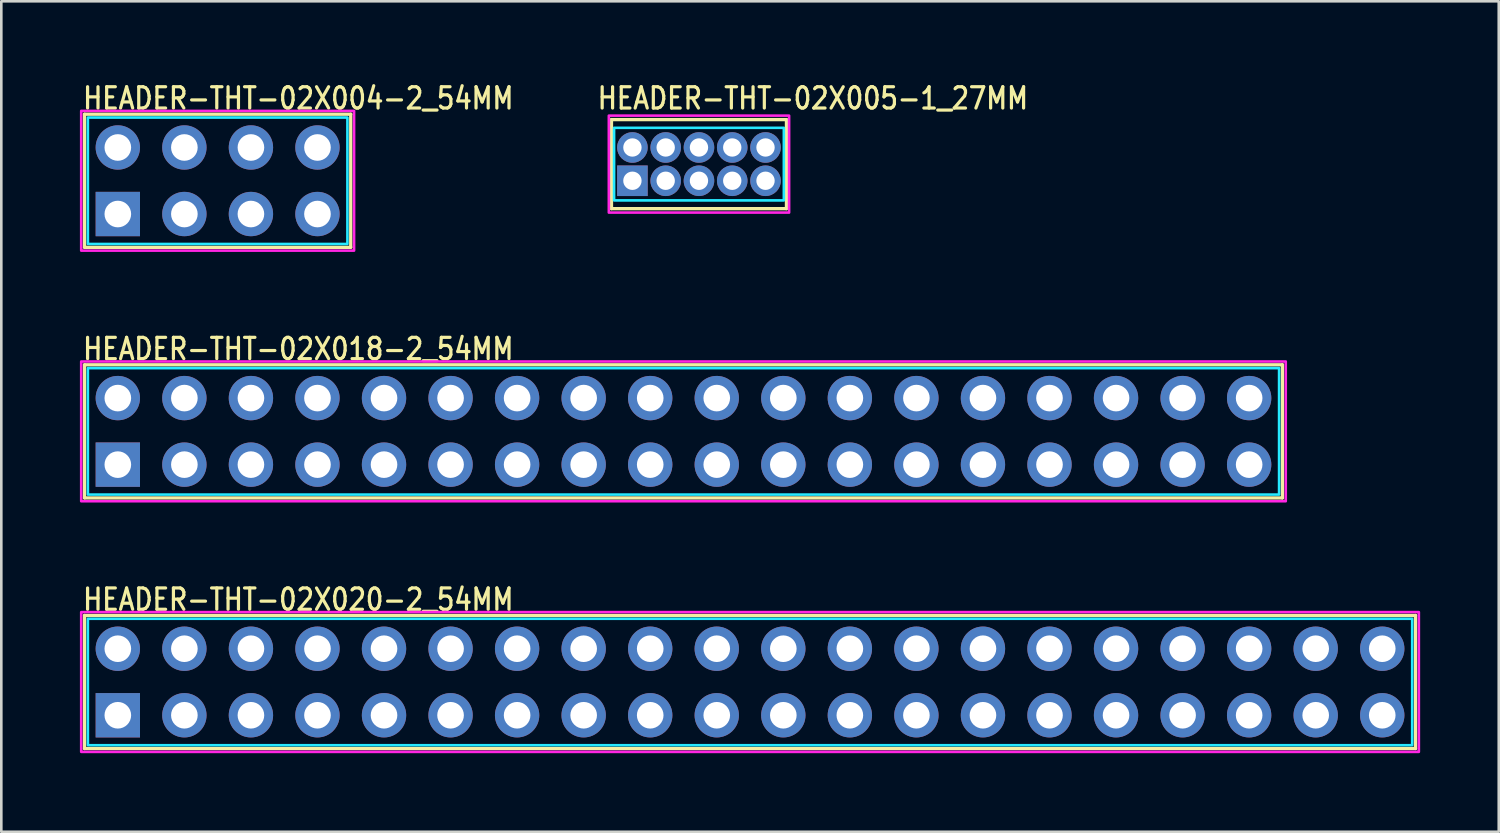
<source format=kicad_pcb>
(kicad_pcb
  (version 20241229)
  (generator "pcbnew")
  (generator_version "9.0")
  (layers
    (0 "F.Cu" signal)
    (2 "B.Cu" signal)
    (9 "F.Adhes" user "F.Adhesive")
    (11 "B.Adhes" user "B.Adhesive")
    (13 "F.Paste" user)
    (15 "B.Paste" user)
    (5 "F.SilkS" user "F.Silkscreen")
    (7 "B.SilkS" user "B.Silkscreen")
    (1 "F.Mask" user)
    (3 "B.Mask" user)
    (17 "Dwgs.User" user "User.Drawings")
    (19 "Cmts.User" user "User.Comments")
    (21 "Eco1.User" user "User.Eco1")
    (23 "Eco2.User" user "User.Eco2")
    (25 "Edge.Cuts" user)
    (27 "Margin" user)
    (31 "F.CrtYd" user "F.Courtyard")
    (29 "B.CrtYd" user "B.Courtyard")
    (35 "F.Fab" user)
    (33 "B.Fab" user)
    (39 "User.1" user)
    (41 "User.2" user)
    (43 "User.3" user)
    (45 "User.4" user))
  (footprint "HEADER-THT-02X005-1_27MM"
    (layer "F.Cu")
    (at 21.088 3.849)
    (property "Reference" "HEADER-THT-02X005-1_27MM" (at -1.4 -2.67 0) (unlocked yes) (layer "F.SilkS") (effects (font (size 0.813 0.695) (thickness 0.122)) (justify left bottom)))
    (fp_line (start -0.8 -2.335) (end -0.8 1.065) (stroke (width 0.127) (type solid)) (layer "F.SilkS"))
    (fp_line (start -0.8 1.065) (end 5.88 1.065) (stroke (width 0.127) (type solid)) (layer "F.SilkS"))
    (fp_line (start 5.88 -2.335) (end -0.8 -2.335) (stroke (width 0.127) (type solid)) (layer "F.SilkS"))
    (fp_line (start 5.88 1.065) (end 5.88 -2.335) (stroke (width 0.127) (type solid)) (layer "F.SilkS"))
    (fp_poly (pts (xy -0.7 -2.02) (xy 5.78 -2.02) (xy 5.78 0.75) (xy -0.7 0.75)) (stroke (width 0.1) (type solid)) (fill no) (layer "B.CrtYd"))
    (fp_poly (pts (xy -0.9 -2.485) (xy 5.98 -2.485) (xy 5.98 1.215) (xy -0.9 1.215)) (stroke (width 0.1) (type solid)) (fill no) (layer "F.CrtYd"))
    (pad "P$1" thru_hole rect (at 0 0) (size 1.167 1.167) (drill 0.7) (layers "*.Cu" "*.Mask"))
    (pad "P$2" thru_hole oval (at 0 -1.27) (size 1.167 1.167) (drill 0.7) (layers "*.Cu" "*.Mask"))
    (pad "P$3" thru_hole oval (at 1.27 0) (size 1.167 1.167) (drill 0.7) (layers "*.Cu" "*.Mask"))
    (pad "P$4" thru_hole oval (at 1.27 -1.27) (size 1.167 1.167) (drill 0.7) (layers "*.Cu" "*.Mask"))
    (pad "P$5" thru_hole oval (at 2.54 0) (size 1.167 1.167) (drill 0.7) (layers "*.Cu" "*.Mask"))
    (pad "P$6" thru_hole oval (at 2.54 -1.27) (size 1.167 1.167) (drill 0.7) (layers "*.Cu" "*.Mask"))
    (pad "P$7" thru_hole oval (at 3.81 0) (size 1.167 1.167) (drill 0.7) (layers "*.Cu" "*.Mask"))
    (pad "P$8" thru_hole oval (at 3.81 -1.27) (size 1.167 1.167) (drill 0.7) (layers "*.Cu" "*.Mask"))
    (pad "P$9" thru_hole oval (at 5.08 0) (size 1.167 1.167) (drill 0.7) (layers "*.Cu" "*.Mask"))
    (pad "P$10" thru_hole oval (at 5.08 -1.27) (size 1.167 1.167) (drill 0.7) (layers "*.Cu" "*.Mask")))
  (footprint "HEADER-THT-02X004-2_54MM"
    (layer "F.Cu")
    (at 1.447 5.119)
    (property "Reference" "HEADER-THT-02X004-2_54MM" (at -1.4 -3.94 0) (unlocked yes) (layer "F.SilkS") (effects (font (size 0.813 0.695) (thickness 0.122)) (justify left bottom)))
    (fp_line (start -1.27 -3.81) (end -1.27 1.27) (stroke (width 0.127) (type solid)) (layer "F.SilkS"))
    (fp_line (start -1.27 1.27) (end 8.89 1.27) (stroke (width 0.127) (type solid)) (layer "F.SilkS"))
    (fp_line (start 8.89 -3.81) (end -1.27 -3.81) (stroke (width 0.127) (type solid)) (layer "F.SilkS"))
    (fp_line (start 8.89 1.27) (end 8.89 -3.81) (stroke (width 0.127) (type solid)) (layer "F.SilkS"))
    (fp_poly (pts (xy -1.143 -3.683) (xy 8.763 -3.683) (xy 8.763 1.143) (xy -1.143 1.143)) (stroke (width 0.1) (type solid)) (fill no) (layer "B.CrtYd"))
    (fp_poly (pts (xy -1.397 -3.937) (xy 9.017 -3.937) (xy 9.017 1.397) (xy -1.397 1.397)) (stroke (width 0.1) (type solid)) (fill no) (layer "F.CrtYd"))
    (pad "P$1" thru_hole rect (at 0 0) (size 1.693 1.693) (drill 1.016) (layers "*.Cu" "*.Mask"))
    (pad "P$2" thru_hole oval (at 0 -2.54) (size 1.693 1.693) (drill 1.016) (layers "*.Cu" "*.Mask"))
    (pad "P$3" thru_hole oval (at 2.54 0) (size 1.693 1.693) (drill 1.016) (layers "*.Cu" "*.Mask"))
    (pad "P$4" thru_hole oval (at 2.54 -2.54) (size 1.693 1.693) (drill 1.016) (layers "*.Cu" "*.Mask"))
    (pad "P$5" thru_hole oval (at 5.08 0) (size 1.693 1.693) (drill 1.016) (layers "*.Cu" "*.Mask"))
    (pad "P$6" thru_hole oval (at 5.08 -2.54) (size 1.693 1.693) (drill 1.016) (layers "*.Cu" "*.Mask"))
    (pad "P$7" thru_hole oval (at 7.62 0) (size 1.693 1.693) (drill 1.016) (layers "*.Cu" "*.Mask"))
    (pad "P$8" thru_hole oval (at 7.62 -2.54) (size 1.693 1.693) (drill 1.016) (layers "*.Cu" "*.Mask")))
  (footprint "HEADER-THT-02X018-2_54MM"
    (layer "F.Cu")
    (at 1.447 14.684)
    (property "Reference" "HEADER-THT-02X018-2_54MM" (at -1.4 -3.94 0) (unlocked yes) (layer "F.SilkS") (effects (font (size 0.813 0.695) (thickness 0.122)) (justify left bottom)))
    (fp_line (start -1.27 -3.81) (end -1.27 1.27) (stroke (width 0.127) (type solid)) (layer "F.SilkS"))
    (fp_line (start -1.27 1.27) (end 44.45 1.27) (stroke (width 0.127) (type solid)) (layer "F.SilkS"))
    (fp_line (start 44.45 -3.81) (end -1.27 -3.81) (stroke (width 0.127) (type solid)) (layer "F.SilkS"))
    (fp_line (start 44.45 1.27) (end 44.45 -3.81) (stroke (width 0.127) (type solid)) (layer "F.SilkS"))
    (fp_poly (pts (xy -1.143 -3.683) (xy 44.323 -3.683) (xy 44.323 1.143) (xy -1.143 1.143)) (stroke (width 0.1) (type solid)) (fill no) (layer "B.CrtYd"))
    (fp_poly (pts (xy -1.397 -3.937) (xy 44.577 -3.937) (xy 44.577 1.397) (xy -1.397 1.397)) (stroke (width 0.1) (type solid)) (fill no) (layer "F.CrtYd"))
    (pad "P$1" thru_hole rect (at 0 0) (size 1.693 1.693) (drill 1.016) (layers "*.Cu" "*.Mask"))
    (pad "P$2" thru_hole oval (at 0 -2.54) (size 1.693 1.693) (drill 1.016) (layers "*.Cu" "*.Mask"))
    (pad "P$3" thru_hole oval (at 2.54 0) (size 1.693 1.693) (drill 1.016) (layers "*.Cu" "*.Mask"))
    (pad "P$4" thru_hole oval (at 2.54 -2.54) (size 1.693 1.693) (drill 1.016) (layers "*.Cu" "*.Mask"))
    (pad "P$5" thru_hole oval (at 5.08 0) (size 1.693 1.693) (drill 1.016) (layers "*.Cu" "*.Mask"))
    (pad "P$6" thru_hole oval (at 5.08 -2.54) (size 1.693 1.693) (drill 1.016) (layers "*.Cu" "*.Mask"))
    (pad "P$7" thru_hole oval (at 7.62 0) (size 1.693 1.693) (drill 1.016) (layers "*.Cu" "*.Mask"))
    (pad "P$8" thru_hole oval (at 7.62 -2.54) (size 1.693 1.693) (drill 1.016) (layers "*.Cu" "*.Mask"))
    (pad "P$9" thru_hole oval (at 10.16 0) (size 1.693 1.693) (drill 1.016) (layers "*.Cu" "*.Mask"))
    (pad "P$10" thru_hole oval (at 10.16 -2.54) (size 1.693 1.693) (drill 1.016) (layers "*.Cu" "*.Mask"))
    (pad "P$11" thru_hole oval (at 12.7 0) (size 1.693 1.693) (drill 1.016) (layers "*.Cu" "*.Mask"))
    (pad "P$12" thru_hole oval (at 12.7 -2.54) (size 1.693 1.693) (drill 1.016) (layers "*.Cu" "*.Mask"))
    (pad "P$13" thru_hole oval (at 15.24 0) (size 1.693 1.693) (drill 1.016) (layers "*.Cu" "*.Mask"))
    (pad "P$14" thru_hole oval (at 15.24 -2.54) (size 1.693 1.693) (drill 1.016) (layers "*.Cu" "*.Mask"))
    (pad "P$15" thru_hole oval (at 17.78 0) (size 1.693 1.693) (drill 1.016) (layers "*.Cu" "*.Mask"))
    (pad "P$16" thru_hole oval (at 17.78 -2.54) (size 1.693 1.693) (drill 1.016) (layers "*.Cu" "*.Mask"))
    (pad "P$17" thru_hole oval (at 20.32 0) (size 1.693 1.693) (drill 1.016) (layers "*.Cu" "*.Mask"))
    (pad "P$18" thru_hole oval (at 20.32 -2.54) (size 1.693 1.693) (drill 1.016) (layers "*.Cu" "*.Mask"))
    (pad "P$19" thru_hole oval (at 22.86 0) (size 1.693 1.693) (drill 1.016) (layers "*.Cu" "*.Mask"))
    (pad "P$20" thru_hole oval (at 22.86 -2.54) (size 1.693 1.693) (drill 1.016) (layers "*.Cu" "*.Mask"))
    (pad "P$21" thru_hole oval (at 25.4 0) (size 1.693 1.693) (drill 1.016) (layers "*.Cu" "*.Mask"))
    (pad "P$22" thru_hole oval (at 25.4 -2.54) (size 1.693 1.693) (drill 1.016) (layers "*.Cu" "*.Mask"))
    (pad "P$23" thru_hole oval (at 27.94 0) (size 1.693 1.693) (drill 1.016) (layers "*.Cu" "*.Mask"))
    (pad "P$24" thru_hole oval (at 27.94 -2.54) (size 1.693 1.693) (drill 1.016) (layers "*.Cu" "*.Mask"))
    (pad "P$25" thru_hole oval (at 30.48 0) (size 1.693 1.693) (drill 1.016) (layers "*.Cu" "*.Mask"))
    (pad "P$26" thru_hole oval (at 30.48 -2.54) (size 1.693 1.693) (drill 1.016) (layers "*.Cu" "*.Mask"))
    (pad "P$27" thru_hole oval (at 33.02 0) (size 1.693 1.693) (drill 1.016) (layers "*.Cu" "*.Mask"))
    (pad "P$28" thru_hole oval (at 33.02 -2.54) (size 1.693 1.693) (drill 1.016) (layers "*.Cu" "*.Mask"))
    (pad "P$29" thru_hole oval (at 35.56 0) (size 1.693 1.693) (drill 1.016) (layers "*.Cu" "*.Mask"))
    (pad "P$30" thru_hole oval (at 35.56 -2.54) (size 1.693 1.693) (drill 1.016) (layers "*.Cu" "*.Mask"))
    (pad "P$31" thru_hole oval (at 38.1 0) (size 1.693 1.693) (drill 1.016) (layers "*.Cu" "*.Mask"))
    (pad "P$32" thru_hole oval (at 38.1 -2.54) (size 1.693 1.693) (drill 1.016) (layers "*.Cu" "*.Mask"))
    (pad "P$33" thru_hole oval (at 40.64 0) (size 1.693 1.693) (drill 1.016) (layers "*.Cu" "*.Mask"))
    (pad "P$34" thru_hole oval (at 40.64 -2.54) (size 1.693 1.693) (drill 1.016) (layers "*.Cu" "*.Mask"))
    (pad "P$35" thru_hole oval (at 43.18 0) (size 1.693 1.693) (drill 1.016) (layers "*.Cu" "*.Mask"))
    (pad "P$36" thru_hole oval (at 43.18 -2.54) (size 1.693 1.693) (drill 1.016) (layers "*.Cu" "*.Mask")))
  (footprint "HEADER-THT-02X020-2_54MM"
    (layer "F.Cu")
    (at 1.447 24.25)
    (property "Reference" "HEADER-THT-02X020-2_54MM" (at -1.4 -3.94 0) (unlocked yes) (layer "F.SilkS") (effects (font (size 0.813 0.695) (thickness 0.122)) (justify left bottom)))
    (fp_line (start -1.27 -3.81) (end -1.27 1.27) (stroke (width 0.127) (type solid)) (layer "F.SilkS"))
    (fp_line (start -1.27 1.27) (end 49.53 1.27) (stroke (width 0.127) (type solid)) (layer "F.SilkS"))
    (fp_line (start 49.53 -3.81) (end -1.27 -3.81) (stroke (width 0.127) (type solid)) (layer "F.SilkS"))
    (fp_line (start 49.53 1.27) (end 49.53 -3.81) (stroke (width 0.127) (type solid)) (layer "F.SilkS"))
    (fp_poly (pts (xy -1.143 -3.683) (xy 49.403 -3.683) (xy 49.403 1.143) (xy -1.143 1.143)) (stroke (width 0.1) (type solid)) (fill no) (layer "B.CrtYd"))
    (fp_poly (pts (xy -1.397 -3.937) (xy 49.657 -3.937) (xy 49.657 1.397) (xy -1.397 1.397)) (stroke (width 0.1) (type solid)) (fill no) (layer "F.CrtYd"))
    (pad "P$1" thru_hole rect (at 0 0) (size 1.693 1.693) (drill 1.016) (layers "*.Cu" "*.Mask"))
    (pad "P$2" thru_hole oval (at 0 -2.54) (size 1.693 1.693) (drill 1.016) (layers "*.Cu" "*.Mask"))
    (pad "P$3" thru_hole oval (at 2.54 0) (size 1.693 1.693) (drill 1.016) (layers "*.Cu" "*.Mask"))
    (pad "P$4" thru_hole oval (at 2.54 -2.54) (size 1.693 1.693) (drill 1.016) (layers "*.Cu" "*.Mask"))
    (pad "P$5" thru_hole oval (at 5.08 0) (size 1.693 1.693) (drill 1.016) (layers "*.Cu" "*.Mask"))
    (pad "P$6" thru_hole oval (at 5.08 -2.54) (size 1.693 1.693) (drill 1.016) (layers "*.Cu" "*.Mask"))
    (pad "P$7" thru_hole oval (at 7.62 0) (size 1.693 1.693) (drill 1.016) (layers "*.Cu" "*.Mask"))
    (pad "P$8" thru_hole oval (at 7.62 -2.54) (size 1.693 1.693) (drill 1.016) (layers "*.Cu" "*.Mask"))
    (pad "P$9" thru_hole oval (at 10.16 0) (size 1.693 1.693) (drill 1.016) (layers "*.Cu" "*.Mask"))
    (pad "P$10" thru_hole oval (at 10.16 -2.54) (size 1.693 1.693) (drill 1.016) (layers "*.Cu" "*.Mask"))
    (pad "P$11" thru_hole oval (at 12.7 0) (size 1.693 1.693) (drill 1.016) (layers "*.Cu" "*.Mask"))
    (pad "P$12" thru_hole oval (at 12.7 -2.54) (size 1.693 1.693) (drill 1.016) (layers "*.Cu" "*.Mask"))
    (pad "P$13" thru_hole oval (at 15.24 0) (size 1.693 1.693) (drill 1.016) (layers "*.Cu" "*.Mask"))
    (pad "P$14" thru_hole oval (at 15.24 -2.54) (size 1.693 1.693) (drill 1.016) (layers "*.Cu" "*.Mask"))
    (pad "P$15" thru_hole oval (at 17.78 0) (size 1.693 1.693) (drill 1.016) (layers "*.Cu" "*.Mask"))
    (pad "P$16" thru_hole oval (at 17.78 -2.54) (size 1.693 1.693) (drill 1.016) (layers "*.Cu" "*.Mask"))
    (pad "P$17" thru_hole oval (at 20.32 0) (size 1.693 1.693) (drill 1.016) (layers "*.Cu" "*.Mask"))
    (pad "P$18" thru_hole oval (at 20.32 -2.54) (size 1.693 1.693) (drill 1.016) (layers "*.Cu" "*.Mask"))
    (pad "P$19" thru_hole oval (at 22.86 0) (size 1.693 1.693) (drill 1.016) (layers "*.Cu" "*.Mask"))
    (pad "P$20" thru_hole oval (at 22.86 -2.54) (size 1.693 1.693) (drill 1.016) (layers "*.Cu" "*.Mask"))
    (pad "P$21" thru_hole oval (at 25.4 0) (size 1.693 1.693) (drill 1.016) (layers "*.Cu" "*.Mask"))
    (pad "P$22" thru_hole oval (at 25.4 -2.54) (size 1.693 1.693) (drill 1.016) (layers "*.Cu" "*.Mask"))
    (pad "P$23" thru_hole oval (at 27.94 0) (size 1.693 1.693) (drill 1.016) (layers "*.Cu" "*.Mask"))
    (pad "P$24" thru_hole oval (at 27.94 -2.54) (size 1.693 1.693) (drill 1.016) (layers "*.Cu" "*.Mask"))
    (pad "P$25" thru_hole oval (at 30.48 0) (size 1.693 1.693) (drill 1.016) (layers "*.Cu" "*.Mask"))
    (pad "P$26" thru_hole oval (at 30.48 -2.54) (size 1.693 1.693) (drill 1.016) (layers "*.Cu" "*.Mask"))
    (pad "P$27" thru_hole oval (at 33.02 0) (size 1.693 1.693) (drill 1.016) (layers "*.Cu" "*.Mask"))
    (pad "P$28" thru_hole oval (at 33.02 -2.54) (size 1.693 1.693) (drill 1.016) (layers "*.Cu" "*.Mask"))
    (pad "P$29" thru_hole oval (at 35.56 0) (size 1.693 1.693) (drill 1.016) (layers "*.Cu" "*.Mask"))
    (pad "P$30" thru_hole oval (at 35.56 -2.54) (size 1.693 1.693) (drill 1.016) (layers "*.Cu" "*.Mask"))
    (pad "P$31" thru_hole oval (at 38.1 0) (size 1.693 1.693) (drill 1.016) (layers "*.Cu" "*.Mask"))
    (pad "P$32" thru_hole oval (at 38.1 -2.54) (size 1.693 1.693) (drill 1.016) (layers "*.Cu" "*.Mask"))
    (pad "P$33" thru_hole oval (at 40.64 0) (size 1.693 1.693) (drill 1.016) (layers "*.Cu" "*.Mask"))
    (pad "P$34" thru_hole oval (at 40.64 -2.54) (size 1.693 1.693) (drill 1.016) (layers "*.Cu" "*.Mask"))
    (pad "P$35" thru_hole oval (at 43.18 0) (size 1.693 1.693) (drill 1.016) (layers "*.Cu" "*.Mask"))
    (pad "P$36" thru_hole oval (at 43.18 -2.54) (size 1.693 1.693) (drill 1.016) (layers "*.Cu" "*.Mask"))
    (pad "P$37" thru_hole oval (at 45.72 0) (size 1.693 1.693) (drill 1.016) (layers "*.Cu" "*.Mask"))
    (pad "P$38" thru_hole oval (at 45.72 -2.54) (size 1.693 1.693) (drill 1.016) (layers "*.Cu" "*.Mask"))
    (pad "P$39" thru_hole oval (at 48.26 0) (size 1.693 1.693) (drill 1.016) (layers "*.Cu" "*.Mask"))
    (pad "P$40" thru_hole oval (at 48.26 -2.54) (size 1.693 1.693) (drill 1.016) (layers "*.Cu" "*.Mask")))
  (gr_rect
    (start -3 -3)
    (end 54.154 28.697)
    (stroke (width 0.1) (type default))
    (fill no)
    (layer "Edge.Cuts")))
</source>
